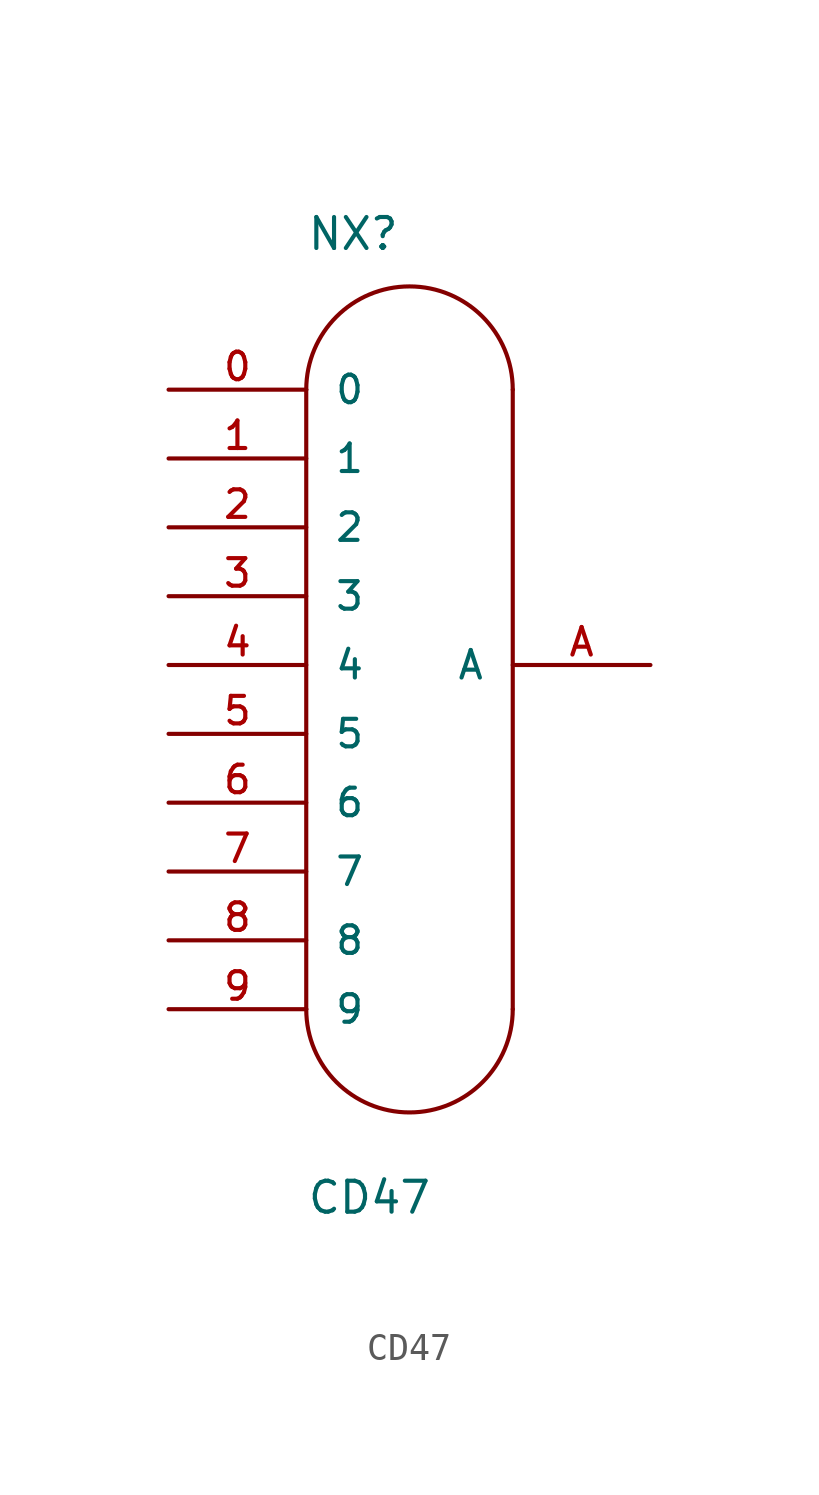
<source format=kicad_sym>
(kicad_symbol_lib
  (version 20211014)
  (generator kicad_symbol_editor)
  (symbol "CD47"
    (pin_names
      (offset 1.016))
    (property "Reference" "NX"
      (at -22.86 12.7 0)
      (effects (font (size 1.143 1.143)) (justify left bottom)))
    (property "Value" "CD47"
      (at -22.86 -22.86 0)
      (effects (font (size 1.143 1.143)) (justify left bottom)))
    (property "ki_locked" ""
      (at 0 0 0)
      (effects (font (size 1.27 1.27))))
    (symbol "CD47_1_0"
      (polyline (pts (xy -22.86 7.62) (xy -22.86 -15.24)) (stroke (width 0) (type default) (color 0 0 0 0)) (fill (type none)))
      (polyline (pts (xy -15.24 7.62) (xy -15.24 -15.24)) (stroke (width 0) (type default) (color 0 0 0 0)) (fill (type none))))
    (symbol "CD47_1_1"
      (arc (start -22.86 -15.24) (mid -19.05 -19.05) (end -15.24 -15.24) (stroke (width 0) (type default) (color 0 0 0 0)) (fill (type none)))
      (arc (start -15.24 7.62) (mid -19.05 11.43) (end -22.86 7.62) (stroke (width 0) (type default) (color 0 0 0 0)) (fill (type none)))
      (pin passive line (at -27.94 7.62 0) (length 5.08) (name "0" (effects (font (size 1.016 1.016)))) (number "0" (effects (font (size 1.016 1.016)))))
      (pin passive line (at -27.94 5.08 0) (length 5.08) (name "1" (effects (font (size 1.016 1.016)))) (number "1" (effects (font (size 1.016 1.016)))))
      (pin passive line (at -27.94 2.54 0) (length 5.08) (name "2" (effects (font (size 1.016 1.016)))) (number "2" (effects (font (size 1.016 1.016)))))
      (pin passive line (at -27.94 0 0) (length 5.08) (name "3" (effects (font (size 1.016 1.016)))) (number "3" (effects (font (size 1.016 1.016)))))
      (pin passive line (at -27.94 -2.54 0) (length 5.08) (name "4" (effects (font (size 1.016 1.016)))) (number "4" (effects (font (size 1.016 1.016)))))
      (pin passive line (at -27.94 -5.08 0) (length 5.08) (name "5" (effects (font (size 1.016 1.016)))) (number "5" (effects (font (size 1.016 1.016)))))
      (pin passive line (at -27.94 -7.62 0) (length 5.08) (name "6" (effects (font (size 1.016 1.016)))) (number "6" (effects (font (size 1.016 1.016)))))
      (pin passive line (at -27.94 -10.16 0) (length 5.08) (name "7" (effects (font (size 1.016 1.016)))) (number "7" (effects (font (size 1.016 1.016)))))
      (pin passive line (at -27.94 -12.7 0) (length 5.08) (name "8" (effects (font (size 1.016 1.016)))) (number "8" (effects (font (size 1.016 1.016)))))
      (pin passive line (at -27.94 -15.24 0) (length 5.08) (name "9" (effects (font (size 1.016 1.016)))) (number "9" (effects (font (size 1.016 1.016)))))
      (pin passive line (at -10.16 -2.54 180) (length 5.08) (name "A" (effects (font (size 1.016 1.016)))) (number "A" (effects (font (size 1.016 1.016))))))))
</source>
